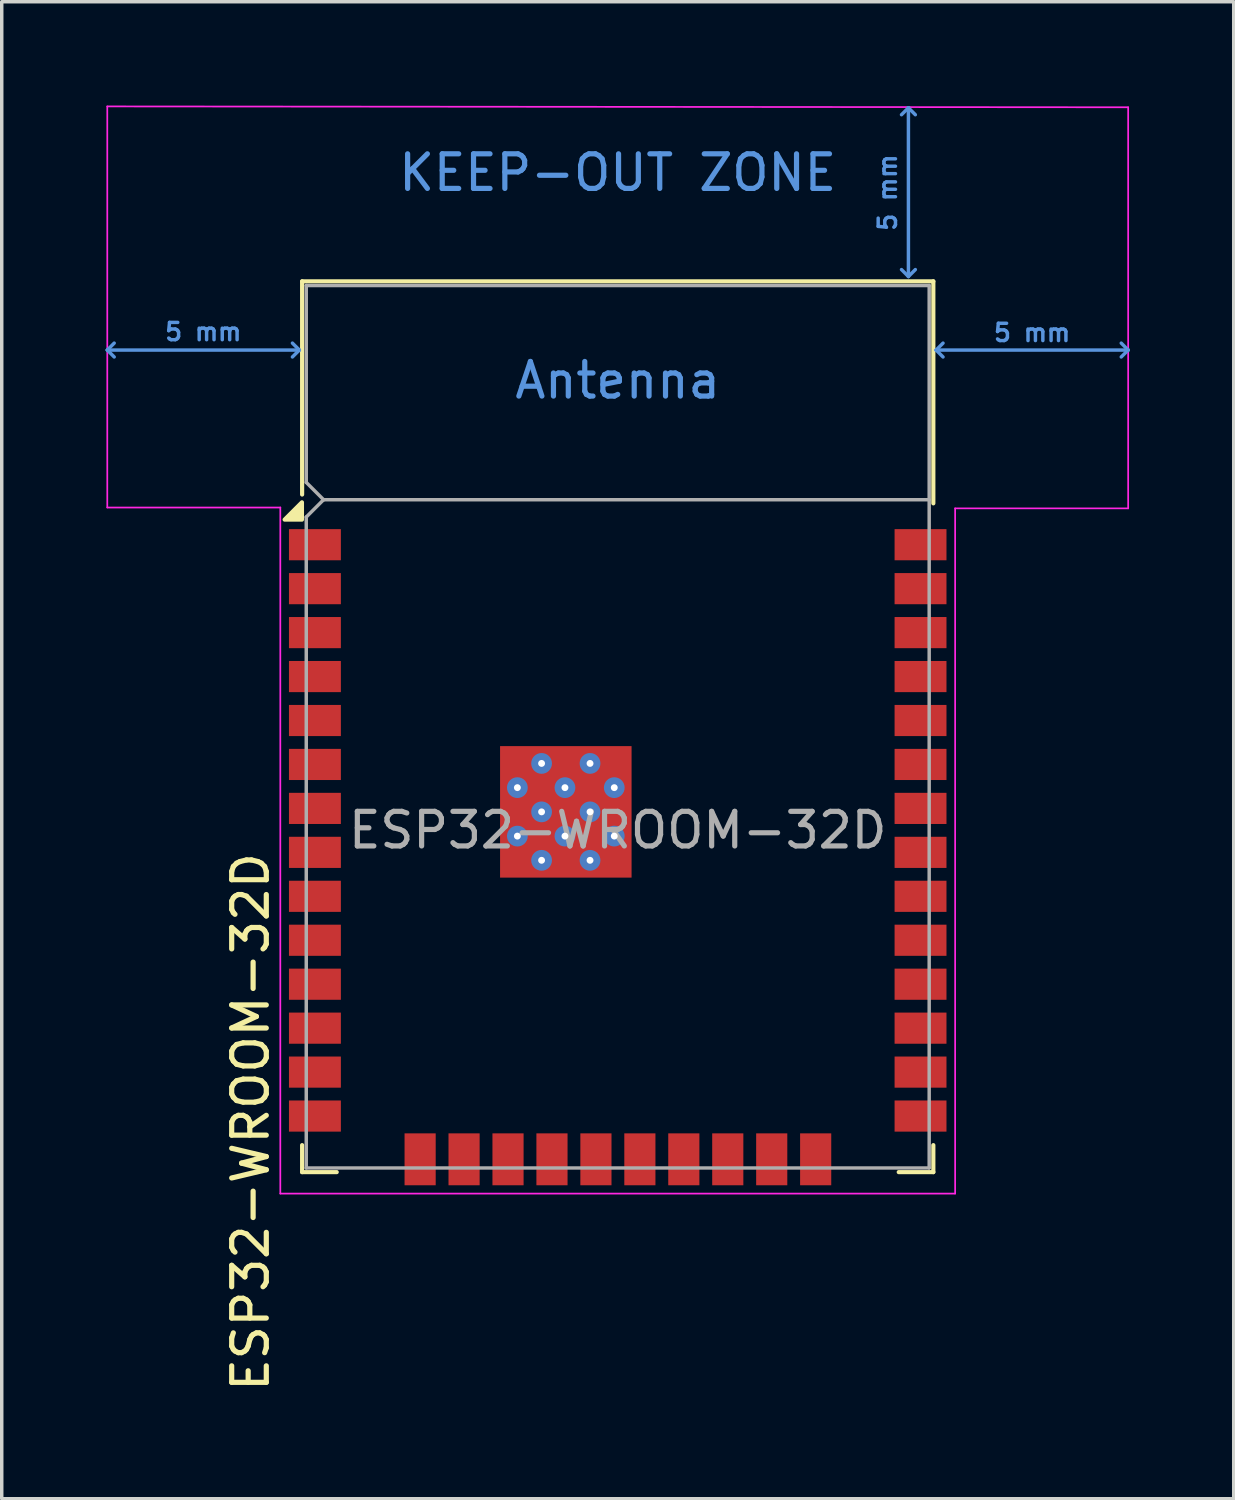
<source format=kicad_pcb>
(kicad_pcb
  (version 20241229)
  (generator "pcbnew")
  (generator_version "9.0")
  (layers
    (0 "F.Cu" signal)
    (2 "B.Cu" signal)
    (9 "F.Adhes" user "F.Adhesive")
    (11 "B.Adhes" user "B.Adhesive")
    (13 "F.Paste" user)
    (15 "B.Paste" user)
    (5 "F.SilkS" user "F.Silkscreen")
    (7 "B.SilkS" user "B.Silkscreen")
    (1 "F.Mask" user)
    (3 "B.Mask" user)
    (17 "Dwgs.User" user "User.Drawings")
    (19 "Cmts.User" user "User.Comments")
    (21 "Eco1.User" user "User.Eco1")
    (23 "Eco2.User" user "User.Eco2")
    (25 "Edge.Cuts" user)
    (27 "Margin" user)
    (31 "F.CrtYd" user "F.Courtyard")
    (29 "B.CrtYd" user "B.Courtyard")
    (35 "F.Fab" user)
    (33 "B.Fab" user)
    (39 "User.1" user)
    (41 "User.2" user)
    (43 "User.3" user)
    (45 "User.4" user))
  (footprint "ESP32-WROOM-32D"
    (layer "F.Cu")
    (at 14.8 20.94)
    (property "Reference" "ESP32-WROOM-32D" (at -10.61 8.43 90) (layer "F.SilkS") (effects (font (size 1 1) (thickness 0.15))))
    (attr smd)
    (fp_line (start -9.12 -15.86) (end -9.12 -9.7) (stroke (width 0.12) (type solid)) (layer "F.SilkS"))
    (fp_line (start -9.12 -15.86) (end 9.12 -15.86) (stroke (width 0.12) (type solid)) (layer "F.SilkS"))
    (fp_line (start -9.12 9.1) (end -9.12 9.88) (stroke (width 0.12) (type solid)) (layer "F.SilkS"))
    (fp_line (start -9.12 9.88) (end -8.12 9.88) (stroke (width 0.12) (type solid)) (layer "F.SilkS"))
    (fp_line (start 9.12 -15.86) (end 9.12 -9.445) (stroke (width 0.12) (type solid)) (layer "F.SilkS"))
    (fp_line (start 9.12 9.1) (end 9.12 9.88) (stroke (width 0.12) (type solid)) (layer "F.SilkS"))
    (fp_line (start 9.12 9.88) (end 8.12 9.88) (stroke (width 0.12) (type solid)) (layer "F.SilkS"))
    (fp_poly (pts (xy -9.125 -8.975) (xy -9.625 -8.975) (xy -9.125 -9.475) (xy -9.125 -8.975)) (stroke (width 0.12) (type solid)) (fill yes) (layer "F.SilkS"))
    (fp_line (start -14.75 -13.875) (end -14.55 -14.075) (stroke (width 0.1) (type solid)) (layer "Cmts.User"))
    (fp_line (start -14.75 -13.875) (end -14.55 -13.675) (stroke (width 0.1) (type solid)) (layer "Cmts.User"))
    (fp_line (start -14.75 -13.875) (end -9.2 -13.875) (stroke (width 0.1) (type solid)) (layer "Cmts.User"))
    (fp_line (start -9.2 -13.875) (end -9.4 -14.075) (stroke (width 0.1) (type solid)) (layer "Cmts.User"))
    (fp_line (start -9.2 -13.875) (end -9.4 -13.675) (stroke (width 0.1) (type solid)) (layer "Cmts.User"))
    (fp_line (start 8.4 -20.875) (end 8.2 -20.675) (stroke (width 0.1) (type solid)) (layer "Cmts.User"))
    (fp_line (start 8.4 -20.875) (end 8.6 -20.675) (stroke (width 0.1) (type solid)) (layer "Cmts.User"))
    (fp_line (start 8.4 -16) (end 8.2 -16.2) (stroke (width 0.1) (type solid)) (layer "Cmts.User"))
    (fp_line (start 8.4 -16) (end 8.4 -20.875) (stroke (width 0.1) (type solid)) (layer "Cmts.User"))
    (fp_line (start 8.4 -16) (end 8.6 -16.2) (stroke (width 0.1) (type solid)) (layer "Cmts.User"))
    (fp_line (start 9.2 -13.875) (end 9.4 -14.075) (stroke (width 0.1) (type solid)) (layer "Cmts.User"))
    (fp_line (start 9.2 -13.875) (end 9.4 -13.675) (stroke (width 0.1) (type solid)) (layer "Cmts.User"))
    (fp_line (start 9.2 -13.875) (end 14.75 -13.875) (stroke (width 0.1) (type solid)) (layer "Cmts.User"))
    (fp_line (start 14.75 -13.875) (end 14.55 -14.075) (stroke (width 0.1) (type solid)) (layer "Cmts.User"))
    (fp_line (start 14.75 -13.875) (end 14.55 -13.675) (stroke (width 0.1) (type solid)) (layer "Cmts.User"))
    (fp_line (start -14.75 -20.915) (end -14.75 -9.325) (stroke (width 0.05) (type solid)) (layer "F.CrtYd"))
    (fp_line (start -14.75 -20.915) (end 14.75 -20.89) (stroke (width 0.05) (type solid)) (layer "F.CrtYd"))
    (fp_line (start -14.75 -9.325) (end -9.75 -9.325) (stroke (width 0.05) (type solid)) (layer "F.CrtYd"))
    (fp_line (start -9.75 10.5) (end -9.75 -9.325) (stroke (width 0.05) (type solid)) (layer "F.CrtYd"))
    (fp_line (start -9.75 10.5) (end 9.75 10.5) (stroke (width 0.05) (type solid)) (layer "F.CrtYd"))
    (fp_line (start 9.75 -9.3) (end 9.75 10.5) (stroke (width 0.05) (type solid)) (layer "F.CrtYd"))
    (fp_line (start 9.75 -9.3) (end 14.75 -9.3) (stroke (width 0.05) (type solid)) (layer "F.CrtYd"))
    (fp_line (start 14.75 -20.89) (end 14.75 -9.3) (stroke (width 0.05) (type solid)) (layer "F.CrtYd"))
    (fp_line (start -9 -15.74) (end -9 -10.05) (stroke (width 0.1) (type solid)) (layer "F.Fab"))
    (fp_line (start -9 -15.74) (end 9 -15.74) (stroke (width 0.1) (type solid)) (layer "F.Fab"))
    (fp_line (start -9 -9.05) (end -9 9.76) (stroke (width 0.1) (type solid)) (layer "F.Fab"))
    (fp_line (start -9 -9.05) (end -8.5 -9.55) (stroke (width 0.1) (type solid)) (layer "F.Fab"))
    (fp_line (start -9 9.76) (end 9 9.76) (stroke (width 0.1) (type solid)) (layer "F.Fab"))
    (fp_line (start -8.5 -9.55) (end -9 -10.05) (stroke (width 0.1) (type solid)) (layer "F.Fab"))
    (fp_line (start -8.5 -9.55) (end 9 -9.55) (stroke (width 0.1) (type solid)) (layer "F.Fab"))
    (fp_line (start 9 9.76) (end 9 -15.74) (stroke (width 0.1) (type solid)) (layer "F.Fab"))
    (fp_text user "5 mm" (at -11.975 -14.4 0) (layer "Cmts.User") (effects (font (size 0.5 0.5) (thickness 0.1))))
    (fp_text user "5 mm" (at 7.8 -18.425 90) (layer "Cmts.User") (effects (font (size 0.5 0.5) (thickness 0.1))))
    (fp_text user "5 mm" (at 11.975 -14.375 0) (layer "Cmts.User") (effects (font (size 0.5 0.5) (thickness 0.1))))
    (fp_text user "KEEP-OUT ZONE" (at 0 -19 0) (layer "Cmts.User") (effects (font (size 1 1) (thickness 0.15))))
    (fp_text user "Antenna" (at 0 -13 0) (layer "Cmts.User") (effects (font (size 1 1) (thickness 0.15))))
    (fp_text user "${REFERENCE}" (at 0 0 0) (layer "F.Fab") (effects (font (size 1 1) (thickness 0.15))))
    (pad "1" smd rect (at -8.75 -8.25) (size 1.5 0.9) (layers "F.Cu" "F.Mask" "F.Paste"))
    (pad "2" smd rect (at -8.75 -6.98) (size 1.5 0.9) (layers "F.Cu" "F.Mask" "F.Paste"))
    (pad "3" smd rect (at -8.75 -5.71) (size 1.5 0.9) (layers "F.Cu" "F.Mask" "F.Paste"))
    (pad "4" smd rect (at -8.75 -4.44) (size 1.5 0.9) (layers "F.Cu" "F.Mask" "F.Paste"))
    (pad "5" smd rect (at -8.75 -3.17) (size 1.5 0.9) (layers "F.Cu" "F.Mask" "F.Paste"))
    (pad "6" smd rect (at -8.75 -1.9) (size 1.5 0.9) (layers "F.Cu" "F.Mask" "F.Paste"))
    (pad "7" smd rect (at -8.75 -0.63) (size 1.5 0.9) (layers "F.Cu" "F.Mask" "F.Paste"))
    (pad "8" smd rect (at -8.75 0.64) (size 1.5 0.9) (layers "F.Cu" "F.Mask" "F.Paste"))
    (pad "9" smd rect (at -8.75 1.91) (size 1.5 0.9) (layers "F.Cu" "F.Mask" "F.Paste"))
    (pad "10" smd rect (at -8.75 3.18) (size 1.5 0.9) (layers "F.Cu" "F.Mask" "F.Paste"))
    (pad "11" smd rect (at -8.75 4.45) (size 1.5 0.9) (layers "F.Cu" "F.Mask" "F.Paste"))
    (pad "12" smd rect (at -8.75 5.72) (size 1.5 0.9) (layers "F.Cu" "F.Mask" "F.Paste"))
    (pad "13" smd rect (at -8.75 6.99) (size 1.5 0.9) (layers "F.Cu" "F.Mask" "F.Paste"))
    (pad "14" smd rect (at -8.75 8.26) (size 1.5 0.9) (layers "F.Cu" "F.Mask" "F.Paste"))
    (pad "15" smd rect (at -5.71 9.51 90) (size 1.5 0.9) (layers "F.Cu" "F.Mask" "F.Paste"))
    (pad "16" smd rect (at -4.44 9.51 90) (size 1.5 0.9) (layers "F.Cu" "F.Mask" "F.Paste"))
    (pad "17" smd rect (at -3.17 9.51 90) (size 1.5 0.9) (layers "F.Cu" "F.Mask" "F.Paste"))
    (pad "18" smd rect (at -1.9 9.51 90) (size 1.5 0.9) (layers "F.Cu" "F.Mask" "F.Paste"))
    (pad "19" smd rect (at -0.63 9.51 90) (size 1.5 0.9) (layers "F.Cu" "F.Mask" "F.Paste"))
    (pad "20" smd rect (at 0.64 9.51 90) (size 1.5 0.9) (layers "F.Cu" "F.Mask" "F.Paste"))
    (pad "21" smd rect (at 1.91 9.51 90) (size 1.5 0.9) (layers "F.Cu" "F.Mask" "F.Paste"))
    (pad "22" smd rect (at 3.18 9.51 90) (size 1.5 0.9) (layers "F.Cu" "F.Mask" "F.Paste"))
    (pad "23" smd rect (at 4.45 9.51 90) (size 1.5 0.9) (layers "F.Cu" "F.Mask" "F.Paste"))
    (pad "24" smd rect (at 5.72 9.51 90) (size 1.5 0.9) (layers "F.Cu" "F.Mask" "F.Paste"))
    (pad "25" smd rect (at 8.75 8.26) (size 1.5 0.9) (layers "F.Cu" "F.Mask" "F.Paste"))
    (pad "26" smd rect (at 8.75 6.99) (size 1.5 0.9) (layers "F.Cu" "F.Mask" "F.Paste"))
    (pad "27" smd rect (at 8.75 5.72) (size 1.5 0.9) (layers "F.Cu" "F.Mask" "F.Paste"))
    (pad "28" smd rect (at 8.75 4.45) (size 1.5 0.9) (layers "F.Cu" "F.Mask" "F.Paste"))
    (pad "29" smd rect (at 8.75 3.18) (size 1.5 0.9) (layers "F.Cu" "F.Mask" "F.Paste"))
    (pad "30" smd rect (at 8.75 1.91) (size 1.5 0.9) (layers "F.Cu" "F.Mask" "F.Paste"))
    (pad "31" smd rect (at 8.75 0.64) (size 1.5 0.9) (layers "F.Cu" "F.Mask" "F.Paste"))
    (pad "32" smd rect (at 8.75 -0.63) (size 1.5 0.9) (layers "F.Cu" "F.Mask" "F.Paste"))
    (pad "33" smd rect (at 8.75 -1.9) (size 1.5 0.9) (layers "F.Cu" "F.Mask" "F.Paste"))
    (pad "34" smd rect (at 8.75 -3.17) (size 1.5 0.9) (layers "F.Cu" "F.Mask" "F.Paste"))
    (pad "35" smd rect (at 8.75 -4.44) (size 1.5 0.9) (layers "F.Cu" "F.Mask" "F.Paste"))
    (pad "36" smd rect (at 8.75 -5.71) (size 1.5 0.9) (layers "F.Cu" "F.Mask" "F.Paste"))
    (pad "37" smd rect (at 8.75 -6.98) (size 1.5 0.9) (layers "F.Cu" "F.Mask" "F.Paste"))
    (pad "38" smd rect (at 8.75 -8.25) (size 1.5 0.9) (layers "F.Cu" "F.Mask" "F.Paste"))
    (pad "39" smd rect (at -2.9 -1.93) (size 0.9 0.9) (layers "F.Cu" "F.Paste"))
    (pad "39" thru_hole circle (at -2.9 -1.23) (size 0.6 0.6) (drill 0.2) (property pad_prop_heatsink) (layers "*.Cu" "F.Mask"))
    (pad "39" smd rect (at -2.9 -0.53) (size 0.9 0.9) (layers "F.Cu" "F.Paste"))
    (pad "39" thru_hole circle (at -2.9 0.17) (size 0.6 0.6) (drill 0.2) (property pad_prop_heatsink) (layers "*.Cu" "F.Mask"))
    (pad "39" smd rect (at -2.9 0.87) (size 0.9 0.9) (layers "F.Cu" "F.Paste"))
    (pad "39" thru_hole circle (at -2.2 -1.93) (size 0.6 0.6) (drill 0.2) (property pad_prop_heatsink) (layers "*.Cu" "F.Mask"))
    (pad "39" thru_hole circle (at -2.2 -0.53) (size 0.6 0.6) (drill 0.2) (property pad_prop_heatsink) (layers "*.Cu" "F.Mask"))
    (pad "39" thru_hole circle (at -2.2 0.87) (size 0.6 0.6) (drill 0.2) (property pad_prop_heatsink) (layers "*.Cu" "F.Mask"))
    (pad "39" thru_hole circle (at -1.525 -1.23) (size 0.6 0.6) (drill 0.2) (property pad_prop_heatsink) (layers "*.Cu" "F.Mask"))
    (pad "39" thru_hole circle (at -1.525 0.17) (size 0.6 0.6) (drill 0.2) (property pad_prop_heatsink) (layers "*.Cu" "F.Mask"))
    (pad "39" smd rect (at -1.5 -1.93) (size 0.9 0.9) (layers "F.Cu" "F.Paste"))
    (pad "39" smd rect (at -1.5 -0.53) (size 0.9 0.9) (layers "F.Cu" "F.Paste"))
    (pad "39" smd rect (at -1.5 -0.53) (size 3.8 3.8) (layers "F.Cu" "F.Mask"))
    (pad "39" smd rect (at -1.5 0.87) (size 0.9 0.9) (layers "F.Cu" "F.Paste"))
    (pad "39" thru_hole circle (at -0.8 -1.93) (size 0.6 0.6) (drill 0.2) (property pad_prop_heatsink) (layers "*.Cu" "F.Mask"))
    (pad "39" thru_hole circle (at -0.8 -0.53) (size 0.6 0.6) (drill 0.2) (property pad_prop_heatsink) (layers "*.Cu" "F.Mask"))
    (pad "39" thru_hole circle (at -0.8 0.87) (size 0.6 0.6) (drill 0.2) (property pad_prop_heatsink) (layers "*.Cu" "F.Mask"))
    (pad "39" smd rect (at -0.1 -1.93) (size 0.9 0.9) (layers "F.Cu" "F.Paste"))
    (pad "39" thru_hole circle (at -0.1 -1.23) (size 0.6 0.6) (drill 0.2) (property pad_prop_heatsink) (layers "*.Cu" "F.Mask"))
    (pad "39" smd rect (at -0.1 -0.53) (size 0.9 0.9) (layers "F.Cu" "F.Paste"))
    (pad "39" thru_hole circle (at -0.1 0.17) (size 0.6 0.6) (drill 0.2) (property pad_prop_heatsink) (layers "*.Cu" "F.Mask"))
    (pad "39" smd rect (at -0.1 0.87) (size 0.9 0.9) (layers "F.Cu" "F.Paste"))
    (zone (net_name "") (layers "F.Cu" "B.Cu") (hatch full 0.508) (connect_pads) (min_thickness 0.254) (filled_areas_thickness no) (keepout (tracks not_allowed) (vias not_allowed) (pads not_allowed) (copperpour not_allowed) (footprints not_allowed)) (placement (enabled no)) (fill) (polygon (pts (xy 0.25 11.415) (xy 29.375 11.415) (xy 29.375 0.25) (xy 0.25 0.25)))))
  (gr_rect
    (start -3 -3)
    (end 32.6 40.257)
    (stroke (width 0.1) (type default))
    (fill no)
    (layer "Edge.Cuts")))
</source>
